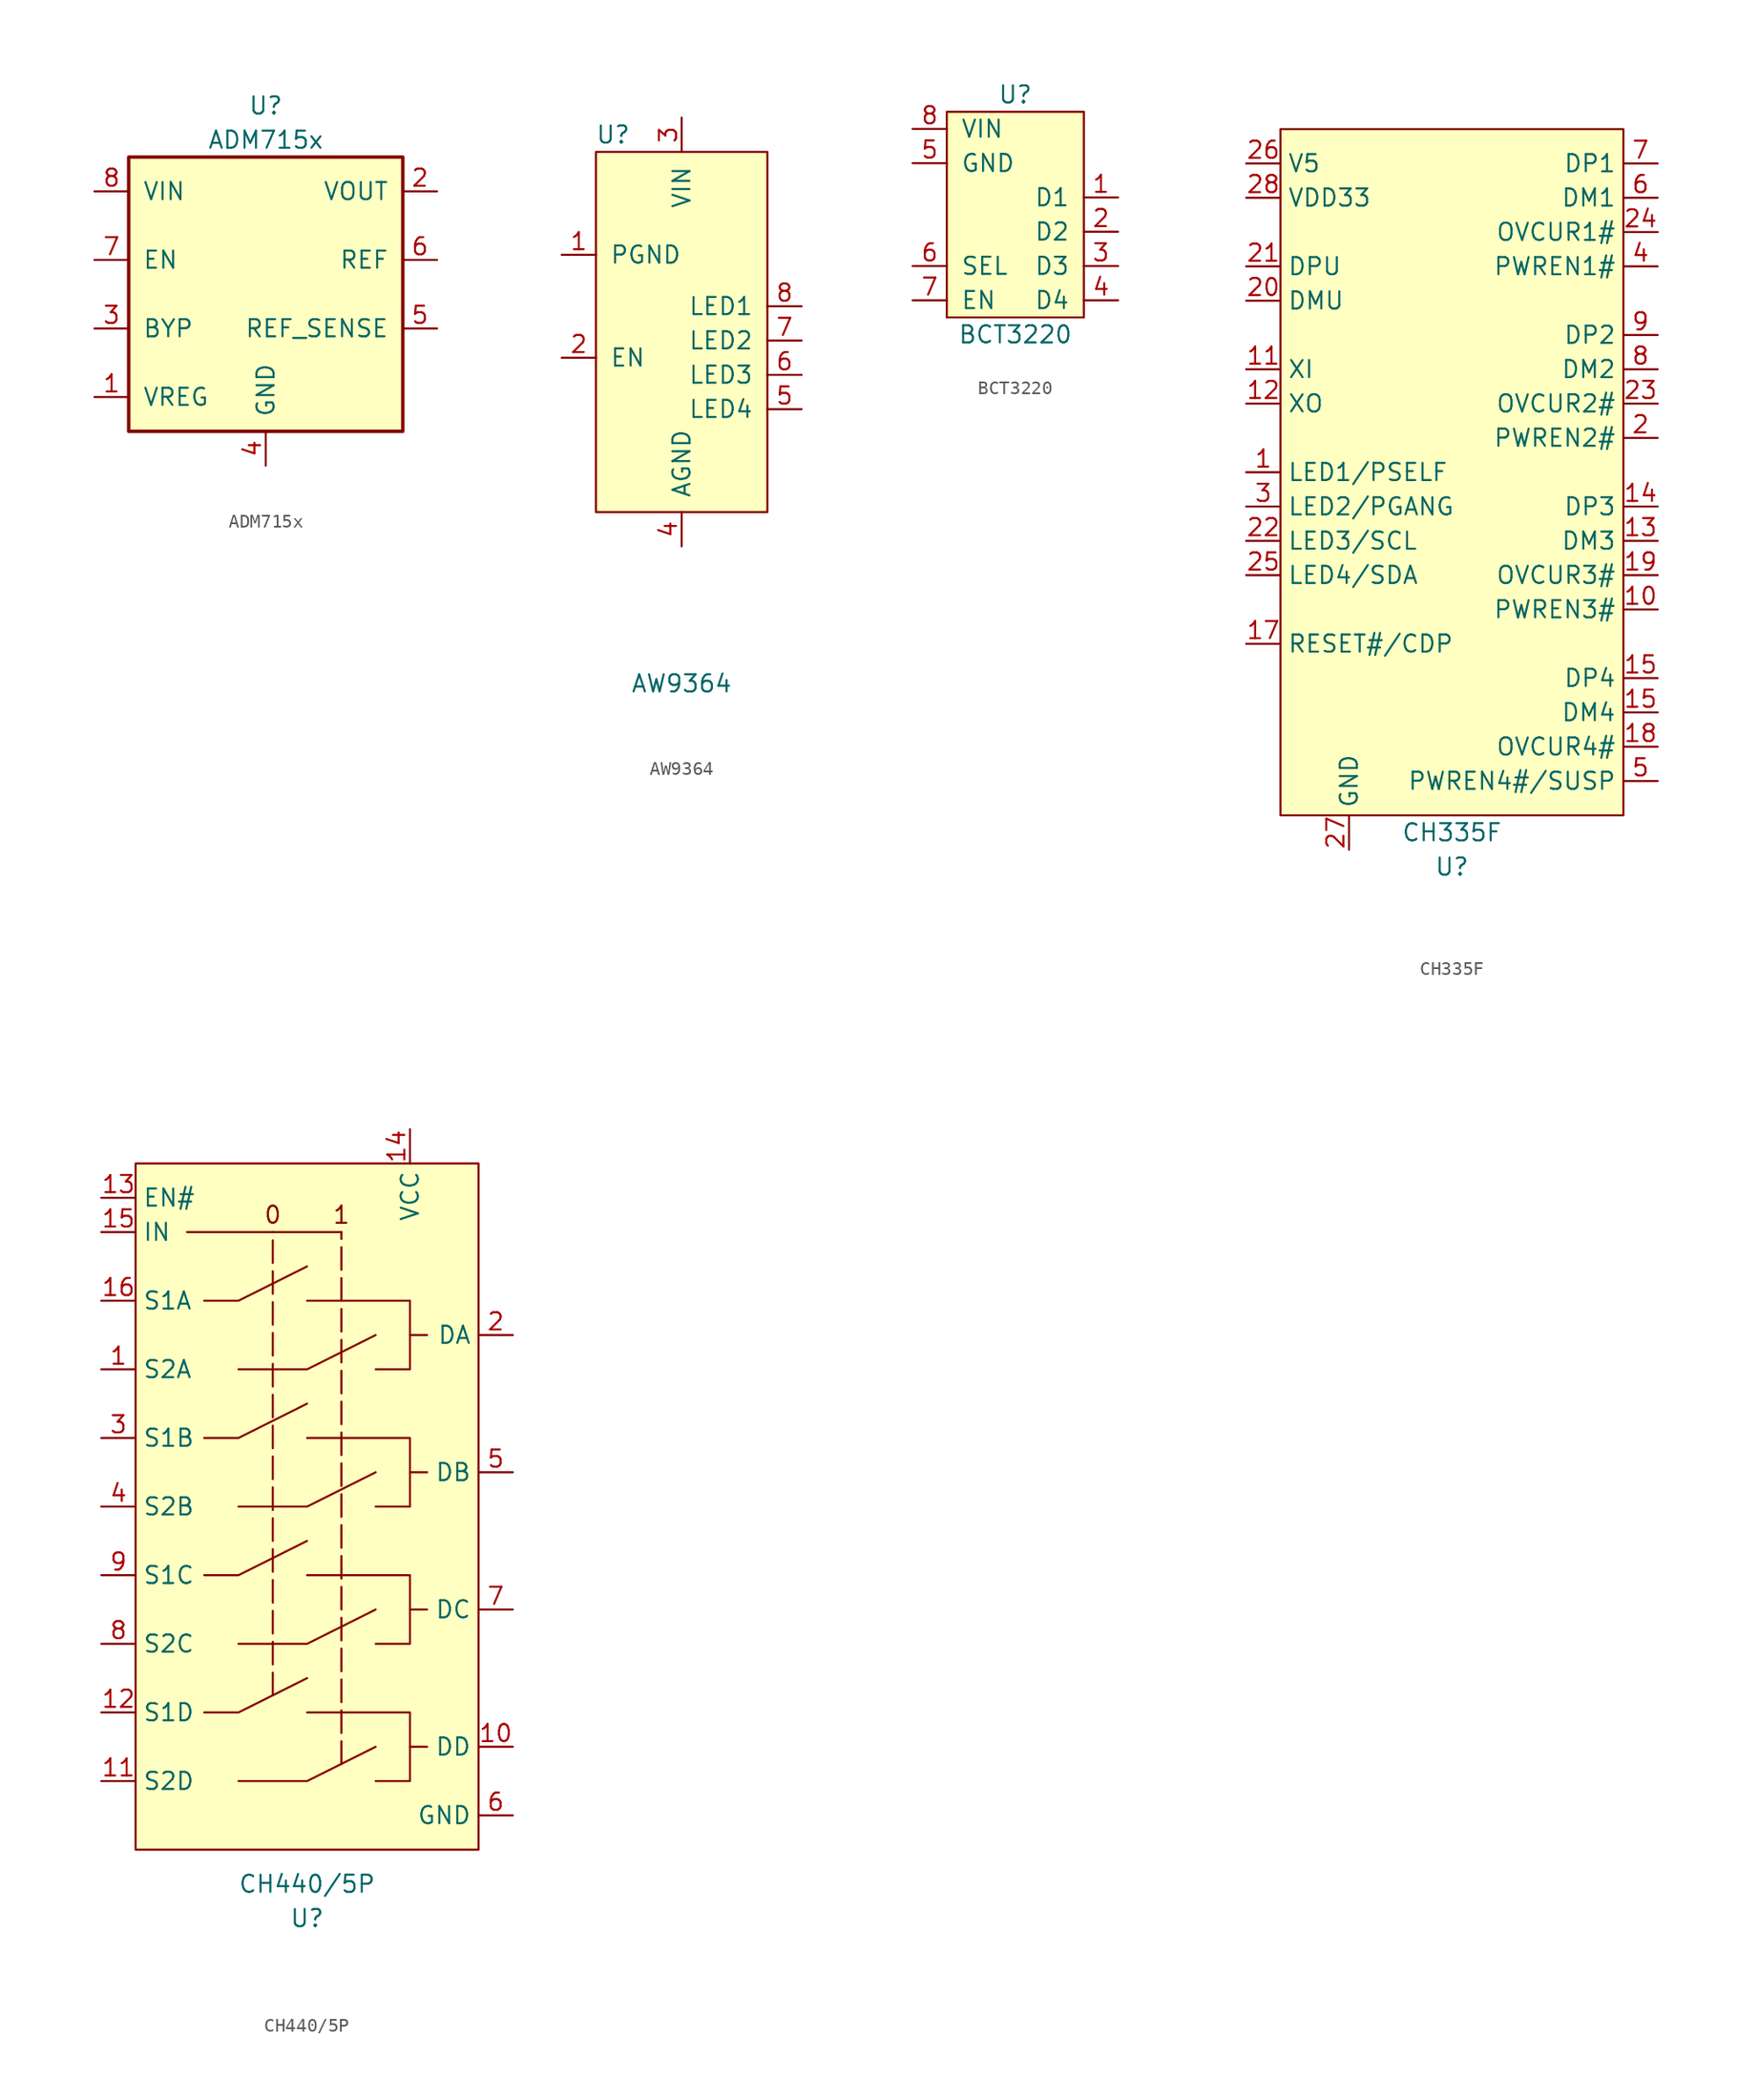
<source format=kicad_sym>
(kicad_symbol_lib
  (version 20220914)
  (generator kicad_symbol_editor)
  (symbol "ADM715x"
    (pin_names
      (offset 1.016))
    (property "Reference" "U"
      (at 0 13.97 0)
      (effects (font (size 1.27 1.27))))
    (property "Value" "ADM715x"
      (at 0 11.43 0)
      (effects (font (size 1.27 1.27))))
    (symbol "ADM715x_0_1"
      (rectangle (start 10.16 -10.16) (end -10.16 10.16) (stroke (width 0.254) (type default)) (fill (type background))))
    (symbol "ADM715x_1_1"
      (pin input line (at -12.7 -7.62 0) (length 2.54) (name "VREG" (effects (font (size 1.27 1.27)))) (number "1" (effects (font (size 1.27 1.27)))))
      (pin power_out line (at 12.7 7.62 180) (length 2.54) (name "VOUT" (effects (font (size 1.27 1.27)))) (number "2" (effects (font (size 1.27 1.27)))))
      (pin passive line (at -12.7 -2.54 0) (length 2.54) (name "BYP" (effects (font (size 1.27 1.27)))) (number "3" (effects (font (size 1.27 1.27)))))
      (pin power_in line (at 0 -12.7 90) (length 2.54) (name "GND" (effects (font (size 1.27 1.27)))) (number "4" (effects (font (size 1.27 1.27)))))
      (pin input line (at 12.7 -2.54 180) (length 2.54) (name "REF_SENSE" (effects (font (size 1.27 1.27)))) (number "5" (effects (font (size 1.27 1.27)))))
      (pin output line (at 12.7 2.54 180) (length 2.54) (name "REF" (effects (font (size 1.27 1.27)))) (number "6" (effects (font (size 1.27 1.27)))))
      (pin input line (at -12.7 2.54 0) (length 2.54) (name "EN" (effects (font (size 1.27 1.27)))) (number "7" (effects (font (size 1.27 1.27)))))
      (pin power_in line (at -12.7 7.62 0) (length 2.54) (name "VIN" (effects (font (size 1.27 1.27)))) (number "8" (effects (font (size 1.27 1.27)))))
      (pin power_in line (at 0 -12.7 90) (length 2.54) hide (name "EP" (effects (font (size 1.27 1.27)))) (number "9" (effects (font (size 1.27 1.27)))))))
  (symbol "AW9364"
    (pin_names
      (offset 1.016))
    (property "Reference" "U"
      (at -5.08 6.35 0)
      (effects (font (size 1.27 1.27))))
    (property "Value" "AW9364"
      (at 0 -34.29 0)
      (effects (font (size 1.27 1.27))))
    (symbol "AW9364_0_1"
      (rectangle (start 6.35 5.08) (end -6.35 -21.59) (stroke (width 0) (type default)) (fill (type background))))
    (symbol "AW9364_1_1"
      (pin power_in line (at -8.89 -2.54 0) (length 2.54) (name "PGND" (effects (font (size 1.27 1.27)))) (number "1" (effects (font (size 1.27 1.27)))))
      (pin passive line (at -8.89 -10.16 0) (length 2.54) (name "EN" (effects (font (size 1.27 1.27)))) (number "2" (effects (font (size 1.27 1.27)))))
      (pin power_in line (at 0 7.62 270) (length 2.54) (name "VIN" (effects (font (size 1.27 1.27)))) (number "3" (effects (font (size 1.27 1.27)))))
      (pin power_in line (at 0 -24.13 90) (length 2.54) (name "AGND" (effects (font (size 1.27 1.27)))) (number "4" (effects (font (size 1.27 1.27)))))
      (pin input line (at 8.89 -13.97 180) (length 2.54) (name "LED4" (effects (font (size 1.27 1.27)))) (number "5" (effects (font (size 1.27 1.27)))))
      (pin input line (at 8.89 -11.43 180) (length 2.54) (name "LED3" (effects (font (size 1.27 1.27)))) (number "6" (effects (font (size 1.27 1.27)))))
      (pin input line (at 8.89 -8.89 180) (length 2.54) (name "LED2" (effects (font (size 1.27 1.27)))) (number "7" (effects (font (size 1.27 1.27)))))
      (pin input line (at 8.89 -6.35 180) (length 2.54) (name "LED1" (effects (font (size 1.27 1.27)))) (number "8" (effects (font (size 1.27 1.27)))))))
  (symbol "BCT3220"
    (pin_names
      (offset 1.016))
    (property "Reference" "U"
      (at 0 8.89 0)
      (effects (font (size 1.27 1.27))))
    (property "Value" "BCT3220"
      (at 0 -8.89 0)
      (effects (font (size 1.27 1.27))))
    (symbol "BCT3220_0_1"
      (rectangle (start -5.08 7.62) (end 5.08 -7.62) (stroke (width 0) (type default)) (fill (type background))))
    (symbol "BCT3220_1_1"
      (pin input line (at 7.62 1.27 180) (length 2.54) (name "D1" (effects (font (size 1.27 1.27)))) (number "1" (effects (font (size 1.27 1.27)))))
      (pin input line (at 7.62 -1.27 180) (length 2.54) (name "D2" (effects (font (size 1.27 1.27)))) (number "2" (effects (font (size 1.27 1.27)))))
      (pin input line (at 7.62 -3.81 180) (length 2.54) (name "D3" (effects (font (size 1.27 1.27)))) (number "3" (effects (font (size 1.27 1.27)))))
      (pin input line (at 7.62 -6.35 180) (length 2.54) (name "D4" (effects (font (size 1.27 1.27)))) (number "4" (effects (font (size 1.27 1.27)))))
      (pin power_in line (at -7.62 3.81 0) (length 2.54) (name "GND" (effects (font (size 1.27 1.27)))) (number "5" (effects (font (size 1.27 1.27)))))
      (pin passive line (at -7.62 -3.81 0) (length 2.54) (name "SEL" (effects (font (size 1.27 1.27)))) (number "6" (effects (font (size 1.27 1.27)))))
      (pin passive line (at -7.62 -6.35 0) (length 2.54) (name "EN" (effects (font (size 1.27 1.27)))) (number "7" (effects (font (size 1.27 1.27)))))
      (pin power_in line (at -7.62 6.35 0) (length 2.54) (name "VIN" (effects (font (size 1.27 1.27)))) (number "8" (effects (font (size 1.27 1.27)))))))
  (symbol "CH335F"
    (property "Reference" "U"
      (at 0 -29.21 0)
      (effects (font (size 1.27 1.27))))
    (property "Value" "CH335F"
      (at 0 -26.67 0)
      (effects (font (size 1.27 1.27))))
    (symbol "CH335F_1_1"
      (rectangle (start -12.7 25.4) (end 12.7 -25.4) (stroke (width 0) (type default)) (fill (type background)))
      (pin power_in line (at -7.62 -27.94 90) (length 2.54) hide (name "GND" (effects (font (size 1.27 1.27)))) (number "0" (effects (font (size 1.27 1.27)))))
      (pin bidirectional line (at -15.24 0 0) (length 2.54) (name "LED1/PSELF" (effects (font (size 1.27 1.27)))) (number "1" (effects (font (size 1.27 1.27)))))
      (pin output line (at 15.24 -10.16 180) (length 2.54) (name "PWREN3#" (effects (font (size 1.27 1.27)))) (number "10" (effects (font (size 1.27 1.27)))))
      (pin input line (at -15.24 7.62 0) (length 2.54) (name "XI" (effects (font (size 1.27 1.27)))) (number "11" (effects (font (size 1.27 1.27)))))
      (pin output line (at -15.24 5.08 0) (length 2.54) (name "XO" (effects (font (size 1.27 1.27)))) (number "12" (effects (font (size 1.27 1.27)))))
      (pin output line (at 15.24 -5.08 180) (length 2.54) (name "DM3" (effects (font (size 1.27 1.27)))) (number "13" (effects (font (size 1.27 1.27)))))
      (pin output line (at 15.24 -2.54 180) (length 2.54) (name "DP3" (effects (font (size 1.27 1.27)))) (number "14" (effects (font (size 1.27 1.27)))))
      (pin output line (at 15.24 -17.78 180) (length 2.54) (name "DM4" (effects (font (size 1.27 1.27)))) (number "15" (effects (font (size 1.27 1.27)))))
      (pin output line (at 15.24 -15.24 180) (length 2.54) (name "DP4" (effects (font (size 1.27 1.27)))) (number "15" (effects (font (size 1.27 1.27)))))
      (pin input line (at -15.24 -12.7 0) (length 2.54) (name "RESET#/CDP" (effects (font (size 1.27 1.27)))) (number "17" (effects (font (size 1.27 1.27)))))
      (pin input line (at 15.24 -20.32 180) (length 2.54) (name "OVCUR4#" (effects (font (size 1.27 1.27)))) (number "18" (effects (font (size 1.27 1.27)))))
      (pin input line (at 15.24 -7.62 180) (length 2.54) (name "OVCUR3#" (effects (font (size 1.27 1.27)))) (number "19" (effects (font (size 1.27 1.27)))))
      (pin output line (at 15.24 2.54 180) (length 2.54) (name "PWREN2#" (effects (font (size 1.27 1.27)))) (number "2" (effects (font (size 1.27 1.27)))))
      (pin input line (at -15.24 12.7 0) (length 2.54) (name "DMU" (effects (font (size 1.27 1.27)))) (number "20" (effects (font (size 1.27 1.27)))))
      (pin input line (at -15.24 15.24 0) (length 2.54) (name "DPU" (effects (font (size 1.27 1.27)))) (number "21" (effects (font (size 1.27 1.27)))))
      (pin bidirectional line (at -15.24 -5.08 0) (length 2.54) (name "LED3/SCL" (effects (font (size 1.27 1.27)))) (number "22" (effects (font (size 1.27 1.27)))))
      (pin input line (at 15.24 5.08 180) (length 2.54) (name "OVCUR2#" (effects (font (size 1.27 1.27)))) (number "23" (effects (font (size 1.27 1.27)))))
      (pin input line (at 15.24 17.78 180) (length 2.54) (name "OVCUR1#" (effects (font (size 1.27 1.27)))) (number "24" (effects (font (size 1.27 1.27)))))
      (pin bidirectional line (at -15.24 -7.62 0) (length 2.54) (name "LED4/SDA" (effects (font (size 1.27 1.27)))) (number "25" (effects (font (size 1.27 1.27)))))
      (pin power_in line (at -15.24 22.86 0) (length 2.54) (name "V5" (effects (font (size 1.27 1.27)))) (number "26" (effects (font (size 1.27 1.27)))))
      (pin power_in line (at -7.62 -27.94 90) (length 2.54) (name "GND" (effects (font (size 1.27 1.27)))) (number "27" (effects (font (size 1.27 1.27)))))
      (pin power_in line (at -15.24 20.32 0) (length 2.54) (name "VDD33" (effects (font (size 1.27 1.27)))) (number "28" (effects (font (size 1.27 1.27)))))
      (pin bidirectional line (at -15.24 -2.54 0) (length 2.54) (name "LED2/PGANG" (effects (font (size 1.27 1.27)))) (number "3" (effects (font (size 1.27 1.27)))))
      (pin output line (at 15.24 15.24 180) (length 2.54) (name "PWREN1#" (effects (font (size 1.27 1.27)))) (number "4" (effects (font (size 1.27 1.27)))))
      (pin output line (at 15.24 -22.86 180) (length 2.54) (name "PWREN4#/SUSP" (effects (font (size 1.27 1.27)))) (number "5" (effects (font (size 1.27 1.27)))))
      (pin output line (at 15.24 20.32 180) (length 2.54) (name "DM1" (effects (font (size 1.27 1.27)))) (number "6" (effects (font (size 1.27 1.27)))))
      (pin output line (at 15.24 22.86 180) (length 2.54) (name "DP1" (effects (font (size 1.27 1.27)))) (number "7" (effects (font (size 1.27 1.27)))))
      (pin output line (at 15.24 7.62 180) (length 2.54) (name "DM2" (effects (font (size 1.27 1.27)))) (number "8" (effects (font (size 1.27 1.27)))))
      (pin output line (at 15.24 10.16 180) (length 2.54) (name "DP2" (effects (font (size 1.27 1.27)))) (number "9" (effects (font (size 1.27 1.27)))))))
  (symbol "CH440/5P"
    (property "Reference" "U"
      (at 0 -30.48 0)
      (effects (font (size 1.27 1.27))))
    (property "Value" "CH440/5P"
      (at 0 -27.94 0)
      (effects (font (size 1.27 1.27))))
    (symbol "CH440/5P_0_1"
      (polyline (pts (xy -5.08 -20.32) (xy 0 -20.32) (xy 5.08 -17.78)) (stroke (width 0) (type default)) (fill (type none)))
      (polyline (pts (xy -5.08 -10.16) (xy 0 -10.16) (xy 5.08 -7.62)) (stroke (width 0) (type default)) (fill (type none)))
      (polyline (pts (xy -5.08 0) (xy 0 0) (xy 5.08 2.54)) (stroke (width 0) (type default)) (fill (type none)))
      (polyline (pts (xy -5.08 10.16) (xy 0 10.16) (xy 5.08 12.7)) (stroke (width 0) (type default)) (fill (type none)))
      (polyline (pts (xy 0 -12.7) (xy -5.08 -15.24) (xy -7.62 -15.24)) (stroke (width 0) (type default)) (fill (type none)))
      (polyline (pts (xy 0 -2.54) (xy -5.08 -5.08) (xy -7.62 -5.08)) (stroke (width 0) (type default)) (fill (type none)))
      (polyline (pts (xy 0 7.62) (xy -5.08 5.08) (xy -7.62 5.08)) (stroke (width 0) (type default)) (fill (type none)))
      (polyline (pts (xy 0 17.78) (xy -5.08 15.24) (xy -7.62 15.24)) (stroke (width 0) (type default)) (fill (type none)))
      (polyline (pts (xy 5.08 -20.32) (xy 7.62 -20.32) (xy 7.62 -15.24) (xy 0 -15.24)) (stroke (width 0) (type default)) (fill (type none)))
      (polyline (pts (xy 5.08 -10.16) (xy 7.62 -10.16) (xy 7.62 -5.08) (xy 0 -5.08)) (stroke (width 0) (type default)) (fill (type none)))
      (polyline (pts (xy 5.08 0) (xy 7.62 0) (xy 7.62 5.08) (xy 0 5.08)) (stroke (width 0) (type default)) (fill (type none)))
      (polyline (pts (xy 5.08 10.16) (xy 7.62 10.16) (xy 7.62 15.24) (xy 0 15.24)) (stroke (width 0) (type default)) (fill (type none))))
    (symbol "CH440/5P_1_1"
      (rectangle (start -12.7 25.4) (end 12.7 -25.4) (stroke (width 0) (type default)) (fill (type background)))
      (polyline (pts (xy -8.89 20.32) (xy 2.54 20.32)) (stroke (width 0) (type solid)) (fill (type none)))
      (polyline (pts (xy -2.54 -13.97) (xy -2.54 20.32)) (stroke (width 0) (type dash)) (fill (type none)))
      (polyline (pts (xy 2.54 -19.05) (xy 2.54 20.32)) (stroke (width 0) (type dash)) (fill (type none)))
      (polyline (pts (xy 8.89 -17.78) (xy 7.62 -17.78)) (stroke (width 0) (type default)) (fill (type none)))
      (polyline (pts (xy 8.89 -7.62) (xy 7.62 -7.62)) (stroke (width 0) (type default)) (fill (type none)))
      (polyline (pts (xy 8.89 2.54) (xy 7.62 2.54)) (stroke (width 0) (type default)) (fill (type none)))
      (polyline (pts (xy 8.89 12.7) (xy 7.62 12.7)) (stroke (width 0) (type default)) (fill (type none)))
      (text "0" (at -2.54 21.59 0) (effects (font (size 1.27 1.27))))
      (text "1" (at 2.54 21.59 0) (effects (font (size 1.27 1.27))))
      (pin bidirectional line (at -15.24 10.16 0) (length 2.54) (name "S2A" (effects (font (size 1.27 1.27)))) (number "1" (effects (font (size 1.27 1.27)))))
      (pin bidirectional line (at 15.24 -17.78 180) (length 2.54) (name "DD" (effects (font (size 1.27 1.27)))) (number "10" (effects (font (size 1.27 1.27)))))
      (pin bidirectional line (at -15.24 -20.32 0) (length 2.54) (name "S2D" (effects (font (size 1.27 1.27)))) (number "11" (effects (font (size 1.27 1.27)))))
      (pin bidirectional line (at -15.24 -15.24 0) (length 2.54) (name "S1D" (effects (font (size 1.27 1.27)))) (number "12" (effects (font (size 1.27 1.27)))))
      (pin input line (at -15.24 22.86 0) (length 2.54) (name "EN#" (effects (font (size 1.27 1.27)))) (number "13" (effects (font (size 1.27 1.27)))))
      (pin power_in line (at 7.62 27.94 270) (length 2.54) (name "VCC" (effects (font (size 1.27 1.27)))) (number "14" (effects (font (size 1.27 1.27)))))
      (pin input line (at -15.24 20.32 0) (length 2.54) (name "IN" (effects (font (size 1.27 1.27)))) (number "15" (effects (font (size 1.27 1.27)))))
      (pin bidirectional line (at -15.24 15.24 0) (length 2.54) (name "S1A" (effects (font (size 1.27 1.27)))) (number "16" (effects (font (size 1.27 1.27)))))
      (pin power_in line (at 15.24 -22.86 180) (length 2.54) hide (name "GND" (effects (font (size 1.27 1.27)))) (number "17" (effects (font (size 1.27 1.27)))))
      (pin bidirectional line (at 15.24 12.7 180) (length 2.54) (name "DA" (effects (font (size 1.27 1.27)))) (number "2" (effects (font (size 1.27 1.27)))))
      (pin bidirectional line (at -15.24 5.08 0) (length 2.54) (name "S1B" (effects (font (size 1.27 1.27)))) (number "3" (effects (font (size 1.27 1.27)))))
      (pin bidirectional line (at -15.24 0 0) (length 2.54) (name "S2B" (effects (font (size 1.27 1.27)))) (number "4" (effects (font (size 1.27 1.27)))))
      (pin bidirectional line (at 15.24 2.54 180) (length 2.54) (name "DB" (effects (font (size 1.27 1.27)))) (number "5" (effects (font (size 1.27 1.27)))))
      (pin power_in line (at 15.24 -22.86 180) (length 2.54) (name "GND" (effects (font (size 1.27 1.27)))) (number "6" (effects (font (size 1.27 1.27)))))
      (pin bidirectional line (at 15.24 -7.62 180) (length 2.54) (name "DC" (effects (font (size 1.27 1.27)))) (number "7" (effects (font (size 1.27 1.27)))))
      (pin bidirectional line (at -15.24 -10.16 0) (length 2.54) (name "S2C" (effects (font (size 1.27 1.27)))) (number "8" (effects (font (size 1.27 1.27)))))
      (pin bidirectional line (at -15.24 -5.08 0) (length 2.54) (name "S1C" (effects (font (size 1.27 1.27)))) (number "9" (effects (font (size 1.27 1.27))))))))
</source>
